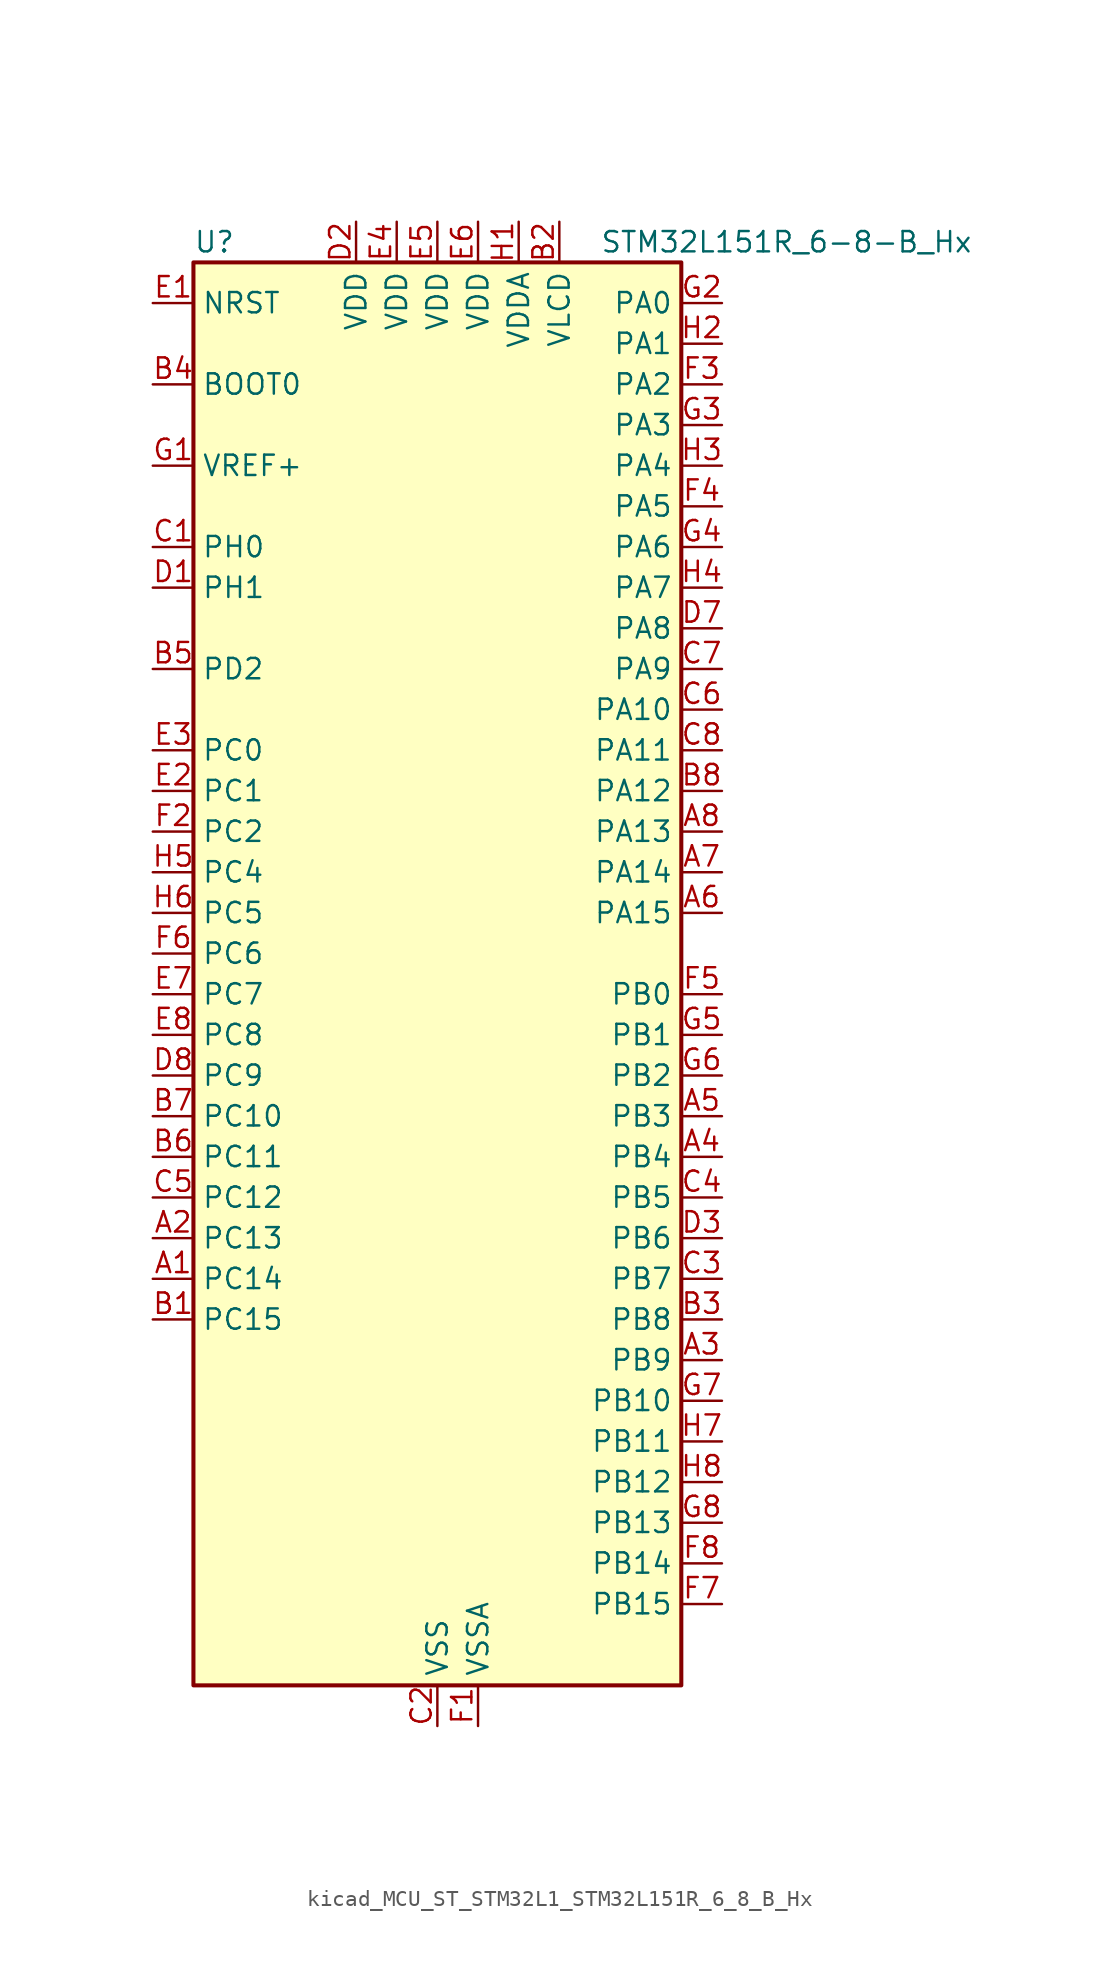
<source format=kicad_sym>
(kicad_symbol_lib
  (version 20220914)
  (generator kicad_symbol_editor)
  (symbol "kicad_MCU_ST_STM32L1_STM32L151R_6_8_B_Hx"
    (property "Reference" "U"
      (at -15.24 46.99 0)
      (effects (font (size 1.27 1.27)) (justify left)))
    (property "Value" "STM32L151R_6-8-B_Hx"
      (at 10.16 46.99 0)
      (effects (font (size 1.27 1.27)) (justify left)))
    (property "ki_locked" ""
      (at 0 0 0)
      (effects (font (size 1.27 1.27))))
    (symbol "kicad_MCU_ST_STM32L1_STM32L151R_6_8_B_Hx_0_1"
      (rectangle (start -15.24 -43.18) (end 15.24 45.72) (stroke (width 0.254) (type default)) (fill (type background))))
    (symbol "kicad_MCU_ST_STM32L1_STM32L151R_6_8_B_Hx_1_1"
      (pin bidirectional line (at -17.78 -17.78 0) (length 2.54) (name "PC14" (effects (font (size 1.27 1.27)))) (number "A1" (effects (font (size 1.27 1.27)))) (alternate "RCC_OSC32_IN" bidirectional line) (alternate "TIMX_IC3" bidirectional line))
      (pin bidirectional line (at -17.78 -15.24 0) (length 2.54) (name "PC13" (effects (font (size 1.27 1.27)))) (number "A2" (effects (font (size 1.27 1.27)))) (alternate "RTC_OUT_ALARM" bidirectional line) (alternate "RTC_OUT_CALIB" bidirectional line) (alternate "RTC_TAMP1" bidirectional line) (alternate "RTC_TS" bidirectional line) (alternate "SYS_WKUP2" bidirectional line) (alternate "TIMX_IC2" bidirectional line))
      (pin bidirectional line (at 17.78 -22.86 180) (length 2.54) (name "PB9" (effects (font (size 1.27 1.27)))) (number "A3" (effects (font (size 1.27 1.27)))) (alternate "DAC_EXTI9" bidirectional line) (alternate "I2C1_SDA" bidirectional line) (alternate "TIM11_CH1" bidirectional line) (alternate "TIM4_CH4" bidirectional line))
      (pin bidirectional line (at 17.78 -10.16 180) (length 2.54) (name "PB4" (effects (font (size 1.27 1.27)))) (number "A4" (effects (font (size 1.27 1.27)))) (alternate "COMP2_INP" bidirectional line) (alternate "SPI1_MISO" bidirectional line) (alternate "SYS_JTRST" bidirectional line) (alternate "TIM3_CH1" bidirectional line) (alternate "TS_G6_IO1" bidirectional line))
      (pin bidirectional line (at 17.78 -7.62 180) (length 2.54) (name "PB3" (effects (font (size 1.27 1.27)))) (number "A5" (effects (font (size 1.27 1.27)))) (alternate "COMP2_INM" bidirectional line) (alternate "SPI1_SCK" bidirectional line) (alternate "SYS_JTDO-TRACESWO" bidirectional line) (alternate "TIM2_CH2" bidirectional line))
      (pin bidirectional line (at 17.78 5.08 180) (length 2.54) (name "PA15" (effects (font (size 1.27 1.27)))) (number "A6" (effects (font (size 1.27 1.27)))) (alternate "ADC_EXTI15" bidirectional line) (alternate "SPI1_NSS" bidirectional line) (alternate "SYS_JTDI" bidirectional line) (alternate "TIM2_CH1" bidirectional line) (alternate "TIM2_ETR" bidirectional line) (alternate "TIMX_IC4" bidirectional line) (alternate "TS_G5_IO3" bidirectional line))
      (pin bidirectional line (at 17.78 7.62 180) (length 2.54) (name "PA14" (effects (font (size 1.27 1.27)))) (number "A7" (effects (font (size 1.27 1.27)))) (alternate "SYS_JTCK-SWCLK" bidirectional line) (alternate "TIMX_IC3" bidirectional line) (alternate "TS_G5_IO2" bidirectional line))
      (pin bidirectional line (at 17.78 10.16 180) (length 2.54) (name "PA13" (effects (font (size 1.27 1.27)))) (number "A8" (effects (font (size 1.27 1.27)))) (alternate "SYS_JTMS-SWDIO" bidirectional line) (alternate "TIMX_IC2" bidirectional line) (alternate "TS_G5_IO1" bidirectional line))
      (pin bidirectional line (at -17.78 -20.32 0) (length 2.54) (name "PC15" (effects (font (size 1.27 1.27)))) (number "B1" (effects (font (size 1.27 1.27)))) (alternate "ADC_EXTI15" bidirectional line) (alternate "RCC_OSC32_OUT" bidirectional line) (alternate "TIMX_IC4" bidirectional line))
      (pin power_in line (at 7.62 48.26 270) (length 2.54) (name "VLCD" (effects (font (size 1.27 1.27)))) (number "B2" (effects (font (size 1.27 1.27)))))
      (pin bidirectional line (at 17.78 -20.32 180) (length 2.54) (name "PB8" (effects (font (size 1.27 1.27)))) (number "B3" (effects (font (size 1.27 1.27)))) (alternate "I2C1_SCL" bidirectional line) (alternate "TIM10_CH1" bidirectional line) (alternate "TIM4_CH3" bidirectional line))
      (pin input line (at -17.78 38.1 0) (length 2.54) (name "BOOT0" (effects (font (size 1.27 1.27)))) (number "B4" (effects (font (size 1.27 1.27)))))
      (pin bidirectional line (at -17.78 20.32 0) (length 2.54) (name "PD2" (effects (font (size 1.27 1.27)))) (number "B5" (effects (font (size 1.27 1.27)))) (alternate "TIM3_ETR" bidirectional line) (alternate "TIMX_IC3" bidirectional line))
      (pin bidirectional line (at -17.78 -10.16 0) (length 2.54) (name "PC11" (effects (font (size 1.27 1.27)))) (number "B6" (effects (font (size 1.27 1.27)))) (alternate "ADC_EXTI11" bidirectional line) (alternate "TIMX_IC4" bidirectional line) (alternate "USART3_RX" bidirectional line))
      (pin bidirectional line (at -17.78 -7.62 0) (length 2.54) (name "PC10" (effects (font (size 1.27 1.27)))) (number "B7" (effects (font (size 1.27 1.27)))) (alternate "TIMX_IC3" bidirectional line) (alternate "USART3_TX" bidirectional line))
      (pin bidirectional line (at 17.78 12.7 180) (length 2.54) (name "PA12" (effects (font (size 1.27 1.27)))) (number "B8" (effects (font (size 1.27 1.27)))) (alternate "SPI1_MOSI" bidirectional line) (alternate "TIMX_IC1" bidirectional line) (alternate "USART1_RTS" bidirectional line) (alternate "USB_DP" bidirectional line))
      (pin bidirectional line (at -17.78 27.94 0) (length 2.54) (name "PH0" (effects (font (size 1.27 1.27)))) (number "C1" (effects (font (size 1.27 1.27)))) (alternate "RCC_OSC_IN" bidirectional line))
      (pin power_in line (at 0 -45.72 90) (length 2.54) (name "VSS" (effects (font (size 1.27 1.27)))) (number "C2" (effects (font (size 1.27 1.27)))))
      (pin bidirectional line (at 17.78 -17.78 180) (length 2.54) (name "PB7" (effects (font (size 1.27 1.27)))) (number "C3" (effects (font (size 1.27 1.27)))) (alternate "I2C1_SDA" bidirectional line) (alternate "SYS_PVD_IN" bidirectional line) (alternate "TIM4_CH2" bidirectional line) (alternate "USART1_RX" bidirectional line))
      (pin bidirectional line (at 17.78 -12.7 180) (length 2.54) (name "PB5" (effects (font (size 1.27 1.27)))) (number "C4" (effects (font (size 1.27 1.27)))) (alternate "COMP2_INP" bidirectional line) (alternate "I2C1_SMBA" bidirectional line) (alternate "SPI1_MOSI" bidirectional line) (alternate "TIM3_CH2" bidirectional line) (alternate "TS_G6_IO2" bidirectional line))
      (pin bidirectional line (at -17.78 -12.7 0) (length 2.54) (name "PC12" (effects (font (size 1.27 1.27)))) (number "C5" (effects (font (size 1.27 1.27)))) (alternate "TIMX_IC1" bidirectional line) (alternate "USART3_CK" bidirectional line))
      (pin bidirectional line (at 17.78 17.78 180) (length 2.54) (name "PA10" (effects (font (size 1.27 1.27)))) (number "C6" (effects (font (size 1.27 1.27)))) (alternate "TIMX_IC3" bidirectional line) (alternate "TS_G4_IO3" bidirectional line) (alternate "USART1_RX" bidirectional line))
      (pin bidirectional line (at 17.78 20.32 180) (length 2.54) (name "PA9" (effects (font (size 1.27 1.27)))) (number "C7" (effects (font (size 1.27 1.27)))) (alternate "DAC_EXTI9" bidirectional line) (alternate "TIMX_IC2" bidirectional line) (alternate "TS_G4_IO2" bidirectional line) (alternate "USART1_TX" bidirectional line))
      (pin bidirectional line (at 17.78 15.24 180) (length 2.54) (name "PA11" (effects (font (size 1.27 1.27)))) (number "C8" (effects (font (size 1.27 1.27)))) (alternate "ADC_EXTI11" bidirectional line) (alternate "SPI1_MISO" bidirectional line) (alternate "TIMX_IC4" bidirectional line) (alternate "USART1_CTS" bidirectional line) (alternate "USB_DM" bidirectional line))
      (pin bidirectional line (at -17.78 25.4 0) (length 2.54) (name "PH1" (effects (font (size 1.27 1.27)))) (number "D1" (effects (font (size 1.27 1.27)))) (alternate "RCC_OSC_OUT" bidirectional line))
      (pin power_in line (at -5.08 48.26 270) (length 2.54) (name "VDD" (effects (font (size 1.27 1.27)))) (number "D2" (effects (font (size 1.27 1.27)))))
      (pin bidirectional line (at 17.78 -15.24 180) (length 2.54) (name "PB6" (effects (font (size 1.27 1.27)))) (number "D3" (effects (font (size 1.27 1.27)))) (alternate "I2C1_SCL" bidirectional line) (alternate "TIM4_CH1" bidirectional line) (alternate "USART1_TX" bidirectional line))
      (pin passive line (at 0 -45.72 90) (length 2.54) hide (name "VSS" (effects (font (size 1.27 1.27)))) (number "D4" (effects (font (size 1.27 1.27)))))
      (pin passive line (at 0 -45.72 90) (length 2.54) hide (name "VSS" (effects (font (size 1.27 1.27)))) (number "D5" (effects (font (size 1.27 1.27)))))
      (pin passive line (at 0 -45.72 90) (length 2.54) hide (name "VSS" (effects (font (size 1.27 1.27)))) (number "D6" (effects (font (size 1.27 1.27)))))
      (pin bidirectional line (at 17.78 22.86 180) (length 2.54) (name "PA8" (effects (font (size 1.27 1.27)))) (number "D7" (effects (font (size 1.27 1.27)))) (alternate "RCC_MCO" bidirectional line) (alternate "TIMX_IC1" bidirectional line) (alternate "TS_G4_IO1" bidirectional line) (alternate "USART1_CK" bidirectional line))
      (pin bidirectional line (at -17.78 -5.08 0) (length 2.54) (name "PC9" (effects (font (size 1.27 1.27)))) (number "D8" (effects (font (size 1.27 1.27)))) (alternate "DAC_EXTI9" bidirectional line) (alternate "TIM3_CH4" bidirectional line) (alternate "TIMX_IC2" bidirectional line) (alternate "TS_G10_IO4" bidirectional line))
      (pin input line (at -17.78 43.18 0) (length 2.54) (name "NRST" (effects (font (size 1.27 1.27)))) (number "E1" (effects (font (size 1.27 1.27)))))
      (pin bidirectional line (at -17.78 12.7 0) (length 2.54) (name "PC1" (effects (font (size 1.27 1.27)))) (number "E2" (effects (font (size 1.27 1.27)))) (alternate "ADC_IN11" bidirectional line) (alternate "COMP1_INP" bidirectional line) (alternate "TIMX_IC2" bidirectional line) (alternate "TS_G8_IO2" bidirectional line))
      (pin bidirectional line (at -17.78 15.24 0) (length 2.54) (name "PC0" (effects (font (size 1.27 1.27)))) (number "E3" (effects (font (size 1.27 1.27)))) (alternate "ADC_IN10" bidirectional line) (alternate "COMP1_INP" bidirectional line) (alternate "TIMX_IC1" bidirectional line) (alternate "TS_G8_IO1" bidirectional line))
      (pin power_in line (at -2.54 48.26 270) (length 2.54) (name "VDD" (effects (font (size 1.27 1.27)))) (number "E4" (effects (font (size 1.27 1.27)))))
      (pin power_in line (at 0 48.26 270) (length 2.54) (name "VDD" (effects (font (size 1.27 1.27)))) (number "E5" (effects (font (size 1.27 1.27)))))
      (pin power_in line (at 2.54 48.26 270) (length 2.54) (name "VDD" (effects (font (size 1.27 1.27)))) (number "E6" (effects (font (size 1.27 1.27)))))
      (pin bidirectional line (at -17.78 0 0) (length 2.54) (name "PC7" (effects (font (size 1.27 1.27)))) (number "E7" (effects (font (size 1.27 1.27)))) (alternate "TIM3_CH2" bidirectional line) (alternate "TIMX_IC4" bidirectional line) (alternate "TS_G10_IO2" bidirectional line))
      (pin bidirectional line (at -17.78 -2.54 0) (length 2.54) (name "PC8" (effects (font (size 1.27 1.27)))) (number "E8" (effects (font (size 1.27 1.27)))) (alternate "TIM3_CH3" bidirectional line) (alternate "TIMX_IC1" bidirectional line) (alternate "TS_G10_IO3" bidirectional line))
      (pin power_in line (at 2.54 -45.72 90) (length 2.54) (name "VSSA" (effects (font (size 1.27 1.27)))) (number "F1" (effects (font (size 1.27 1.27)))))
      (pin bidirectional line (at -17.78 10.16 0) (length 2.54) (name "PC2" (effects (font (size 1.27 1.27)))) (number "F2" (effects (font (size 1.27 1.27)))) (alternate "ADC_IN12" bidirectional line) (alternate "COMP1_INP" bidirectional line) (alternate "TIMX_IC3" bidirectional line) (alternate "TS_G8_IO3" bidirectional line))
      (pin bidirectional line (at 17.78 38.1 180) (length 2.54) (name "PA2" (effects (font (size 1.27 1.27)))) (number "F3" (effects (font (size 1.27 1.27)))) (alternate "ADC_IN2" bidirectional line) (alternate "COMP1_INP" bidirectional line) (alternate "TIM2_CH3" bidirectional line) (alternate "TIM9_CH1" bidirectional line) (alternate "TIMX_IC3" bidirectional line) (alternate "TS_G1_IO3" bidirectional line) (alternate "USART2_TX" bidirectional line))
      (pin bidirectional line (at 17.78 30.48 180) (length 2.54) (name "PA5" (effects (font (size 1.27 1.27)))) (number "F4" (effects (font (size 1.27 1.27)))) (alternate "ADC_IN5" bidirectional line) (alternate "COMP1_INP" bidirectional line) (alternate "DAC_OUT2" bidirectional line) (alternate "SPI1_SCK" bidirectional line) (alternate "TIM2_CH1" bidirectional line) (alternate "TIM2_ETR" bidirectional line) (alternate "TIMX_IC2" bidirectional line))
      (pin bidirectional line (at 17.78 0 180) (length 2.54) (name "PB0" (effects (font (size 1.27 1.27)))) (number "F5" (effects (font (size 1.27 1.27)))) (alternate "ADC_IN8" bidirectional line) (alternate "COMP1_INP" bidirectional line) (alternate "SYS_V_REF_OUT" bidirectional line) (alternate "TIM3_CH3" bidirectional line) (alternate "TS_G3_IO1" bidirectional line))
      (pin bidirectional line (at -17.78 2.54 0) (length 2.54) (name "PC6" (effects (font (size 1.27 1.27)))) (number "F6" (effects (font (size 1.27 1.27)))) (alternate "TIM3_CH1" bidirectional line) (alternate "TIMX_IC3" bidirectional line) (alternate "TS_G10_IO1" bidirectional line))
      (pin bidirectional line (at 17.78 -38.1 180) (length 2.54) (name "PB15" (effects (font (size 1.27 1.27)))) (number "F7" (effects (font (size 1.27 1.27)))) (alternate "ADC_EXTI15" bidirectional line) (alternate "ADC_IN21" bidirectional line) (alternate "COMP1_INP" bidirectional line) (alternate "RTC_REFIN" bidirectional line) (alternate "SPI2_MOSI" bidirectional line) (alternate "TIM11_CH1" bidirectional line) (alternate "TS_G7_IO4" bidirectional line))
      (pin bidirectional line (at 17.78 -35.56 180) (length 2.54) (name "PB14" (effects (font (size 1.27 1.27)))) (number "F8" (effects (font (size 1.27 1.27)))) (alternate "ADC_IN20" bidirectional line) (alternate "COMP1_INP" bidirectional line) (alternate "SPI2_MISO" bidirectional line) (alternate "TIM9_CH2" bidirectional line) (alternate "TS_G7_IO3" bidirectional line) (alternate "USART3_RTS" bidirectional line))
      (pin input line (at -17.78 33.02 0) (length 2.54) (name "VREF+" (effects (font (size 1.27 1.27)))) (number "G1" (effects (font (size 1.27 1.27)))))
      (pin bidirectional line (at 17.78 43.18 180) (length 2.54) (name "PA0" (effects (font (size 1.27 1.27)))) (number "G2" (effects (font (size 1.27 1.27)))) (alternate "ADC_IN0" bidirectional line) (alternate "COMP1_INP" bidirectional line) (alternate "SYS_WKUP1" bidirectional line) (alternate "TIM2_CH1" bidirectional line) (alternate "TIM2_ETR" bidirectional line) (alternate "TIMX_IC1" bidirectional line) (alternate "TS_G1_IO1" bidirectional line) (alternate "USART2_CTS" bidirectional line))
      (pin bidirectional line (at 17.78 35.56 180) (length 2.54) (name "PA3" (effects (font (size 1.27 1.27)))) (number "G3" (effects (font (size 1.27 1.27)))) (alternate "ADC_IN3" bidirectional line) (alternate "COMP1_INP" bidirectional line) (alternate "TIM2_CH4" bidirectional line) (alternate "TIM9_CH2" bidirectional line) (alternate "TIMX_IC4" bidirectional line) (alternate "TS_G1_IO4" bidirectional line) (alternate "USART2_RX" bidirectional line))
      (pin bidirectional line (at 17.78 27.94 180) (length 2.54) (name "PA6" (effects (font (size 1.27 1.27)))) (number "G4" (effects (font (size 1.27 1.27)))) (alternate "ADC_IN6" bidirectional line) (alternate "COMP1_INP" bidirectional line) (alternate "SPI1_MISO" bidirectional line) (alternate "TIM10_CH1" bidirectional line) (alternate "TIM3_CH1" bidirectional line) (alternate "TIMX_IC3" bidirectional line) (alternate "TS_G2_IO1" bidirectional line))
      (pin bidirectional line (at 17.78 -2.54 180) (length 2.54) (name "PB1" (effects (font (size 1.27 1.27)))) (number "G5" (effects (font (size 1.27 1.27)))) (alternate "ADC_IN9" bidirectional line) (alternate "COMP1_INP" bidirectional line) (alternate "SYS_V_REF_OUT" bidirectional line) (alternate "TIM3_CH4" bidirectional line) (alternate "TS_G3_IO2" bidirectional line))
      (pin bidirectional line (at 17.78 -5.08 180) (length 2.54) (name "PB2" (effects (font (size 1.27 1.27)))) (number "G6" (effects (font (size 1.27 1.27)))))
      (pin bidirectional line (at 17.78 -25.4 180) (length 2.54) (name "PB10" (effects (font (size 1.27 1.27)))) (number "G7" (effects (font (size 1.27 1.27)))) (alternate "I2C2_SCL" bidirectional line) (alternate "TIM2_CH3" bidirectional line) (alternate "USART3_TX" bidirectional line))
      (pin bidirectional line (at 17.78 -33.02 180) (length 2.54) (name "PB13" (effects (font (size 1.27 1.27)))) (number "G8" (effects (font (size 1.27 1.27)))) (alternate "ADC_IN19" bidirectional line) (alternate "COMP1_INP" bidirectional line) (alternate "SPI2_SCK" bidirectional line) (alternate "TIM9_CH1" bidirectional line) (alternate "TS_G7_IO2" bidirectional line) (alternate "USART3_CTS" bidirectional line))
      (pin power_in line (at 5.08 48.26 270) (length 2.54) (name "VDDA" (effects (font (size 1.27 1.27)))) (number "H1" (effects (font (size 1.27 1.27)))))
      (pin bidirectional line (at 17.78 40.64 180) (length 2.54) (name "PA1" (effects (font (size 1.27 1.27)))) (number "H2" (effects (font (size 1.27 1.27)))) (alternate "ADC_IN1" bidirectional line) (alternate "COMP1_INP" bidirectional line) (alternate "TIM2_CH2" bidirectional line) (alternate "TIMX_IC2" bidirectional line) (alternate "TS_G1_IO2" bidirectional line) (alternate "USART2_RTS" bidirectional line))
      (pin bidirectional line (at 17.78 33.02 180) (length 2.54) (name "PA4" (effects (font (size 1.27 1.27)))) (number "H3" (effects (font (size 1.27 1.27)))) (alternate "ADC_IN4" bidirectional line) (alternate "COMP1_INP" bidirectional line) (alternate "DAC_OUT1" bidirectional line) (alternate "SPI1_NSS" bidirectional line) (alternate "TIMX_IC1" bidirectional line) (alternate "USART2_CK" bidirectional line))
      (pin bidirectional line (at 17.78 25.4 180) (length 2.54) (name "PA7" (effects (font (size 1.27 1.27)))) (number "H4" (effects (font (size 1.27 1.27)))) (alternate "ADC_IN7" bidirectional line) (alternate "COMP1_INP" bidirectional line) (alternate "SPI1_MOSI" bidirectional line) (alternate "TIM11_CH1" bidirectional line) (alternate "TIM3_CH2" bidirectional line) (alternate "TIMX_IC4" bidirectional line) (alternate "TS_G2_IO2" bidirectional line))
      (pin bidirectional line (at -17.78 7.62 0) (length 2.54) (name "PC4" (effects (font (size 1.27 1.27)))) (number "H5" (effects (font (size 1.27 1.27)))) (alternate "ADC_IN14" bidirectional line) (alternate "COMP1_INP" bidirectional line) (alternate "TIMX_IC1" bidirectional line) (alternate "TS_G9_IO1" bidirectional line))
      (pin bidirectional line (at -17.78 5.08 0) (length 2.54) (name "PC5" (effects (font (size 1.27 1.27)))) (number "H6" (effects (font (size 1.27 1.27)))) (alternate "ADC_IN15" bidirectional line) (alternate "COMP1_INP" bidirectional line) (alternate "TIMX_IC2" bidirectional line) (alternate "TS_G9_IO2" bidirectional line))
      (pin bidirectional line (at 17.78 -27.94 180) (length 2.54) (name "PB11" (effects (font (size 1.27 1.27)))) (number "H7" (effects (font (size 1.27 1.27)))) (alternate "ADC_EXTI11" bidirectional line) (alternate "I2C2_SDA" bidirectional line) (alternate "TIM2_CH4" bidirectional line) (alternate "USART3_RX" bidirectional line))
      (pin bidirectional line (at 17.78 -30.48 180) (length 2.54) (name "PB12" (effects (font (size 1.27 1.27)))) (number "H8" (effects (font (size 1.27 1.27)))) (alternate "ADC_IN18" bidirectional line) (alternate "COMP1_INP" bidirectional line) (alternate "I2C2_SMBA" bidirectional line) (alternate "SPI2_NSS" bidirectional line) (alternate "TIM10_CH1" bidirectional line) (alternate "TS_G7_IO1" bidirectional line) (alternate "USART3_CK" bidirectional line)))))
</source>
